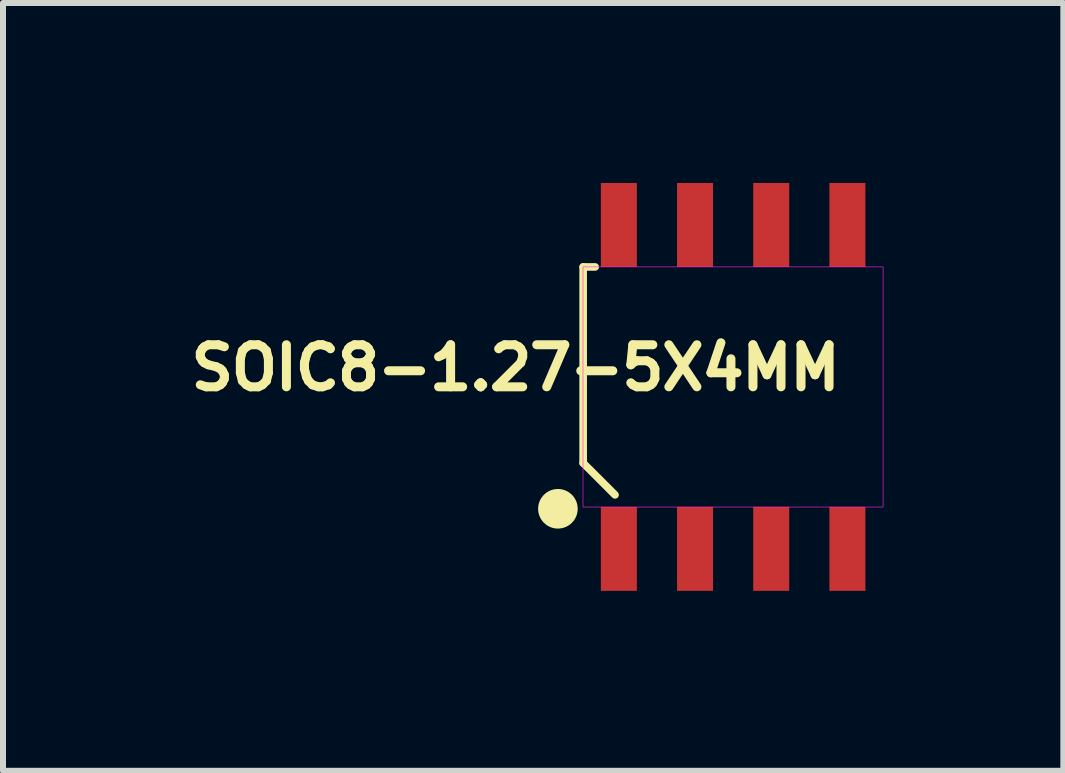
<source format=kicad_pcb>
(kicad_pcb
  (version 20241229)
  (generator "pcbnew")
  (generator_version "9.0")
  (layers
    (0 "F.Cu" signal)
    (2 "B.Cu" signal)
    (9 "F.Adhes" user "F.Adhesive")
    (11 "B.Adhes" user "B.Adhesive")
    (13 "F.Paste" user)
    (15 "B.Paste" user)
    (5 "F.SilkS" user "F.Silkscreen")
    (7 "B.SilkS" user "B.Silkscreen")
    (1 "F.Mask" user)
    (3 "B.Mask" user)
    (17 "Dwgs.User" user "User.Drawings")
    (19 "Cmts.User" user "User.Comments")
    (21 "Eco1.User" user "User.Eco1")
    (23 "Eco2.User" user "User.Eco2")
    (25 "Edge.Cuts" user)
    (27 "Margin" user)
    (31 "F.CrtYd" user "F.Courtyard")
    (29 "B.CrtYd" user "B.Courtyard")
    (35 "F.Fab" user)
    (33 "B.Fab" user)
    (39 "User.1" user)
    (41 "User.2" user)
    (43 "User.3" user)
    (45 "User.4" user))
  (footprint "SOIC8-1.27-5X4MM"
    (layer "F.Cu")
    (at 9.172 3.4)
    (property "Reference" "SOIC8-1.27-5X4MM" (at -3.625 -0.318 180) (layer "F.SilkS") (effects (font (size 0.701 0.701) (thickness 0.15))))
    (attr smd)
    (fp_line (start -2.5 -2) (end -2.3 -2) (stroke (width 0.127) (type solid)) (layer "F.SilkS"))
    (fp_line (start -2.5 1.269) (end -2.5 -2) (stroke (width 0.127) (type solid)) (layer "F.SilkS"))
    (fp_line (start -1.969 1.8) (end -2.5 1.269) (stroke (width 0.127) (type solid)) (layer "F.SilkS"))
    (fp_circle (center -2.921 2.032) (end -2.591 2.032) (stroke (width 0) (type solid)) (fill yes) (layer "F.SilkS"))
    (fp_poly (pts (xy -2.503 -2) (xy 2.5 -2) (xy 2.5 2.003) (xy -2.503 2.003)) (stroke (width 0.01) (type solid)) (fill no) (layer "F.CrtYd"))
    (pad "1" smd rect (at -1.905 2.7) (size 0.6 1.4) (layers "F.Cu" "F.Mask" "F.Paste"))
    (pad "2" smd rect (at -0.635 2.7) (size 0.6 1.4) (layers "F.Cu" "F.Mask" "F.Paste"))
    (pad "3" smd rect (at 0.635 2.7) (size 0.6 1.4) (layers "F.Cu" "F.Mask" "F.Paste"))
    (pad "4" smd rect (at 1.905 2.7) (size 0.6 1.4) (layers "F.Cu" "F.Mask" "F.Paste"))
    (pad "5" smd rect (at 1.905 -2.7) (size 0.6 1.4) (layers "F.Cu" "F.Mask" "F.Paste"))
    (pad "6" smd rect (at 0.635 -2.7) (size 0.6 1.4) (layers "F.Cu" "F.Mask" "F.Paste"))
    (pad "7" smd rect (at -0.635 -2.7) (size 0.6 1.4) (layers "F.Cu" "F.Mask" "F.Paste"))
    (pad "8" smd rect (at -1.905 -2.7) (size 0.6 1.4) (layers "F.Cu" "F.Mask" "F.Paste")))
  (gr_rect
    (start -3 -3)
    (end 14.677 9.8)
    (stroke (width 0.1) (type default))
    (fill no)
    (layer "Edge.Cuts")))
</source>
